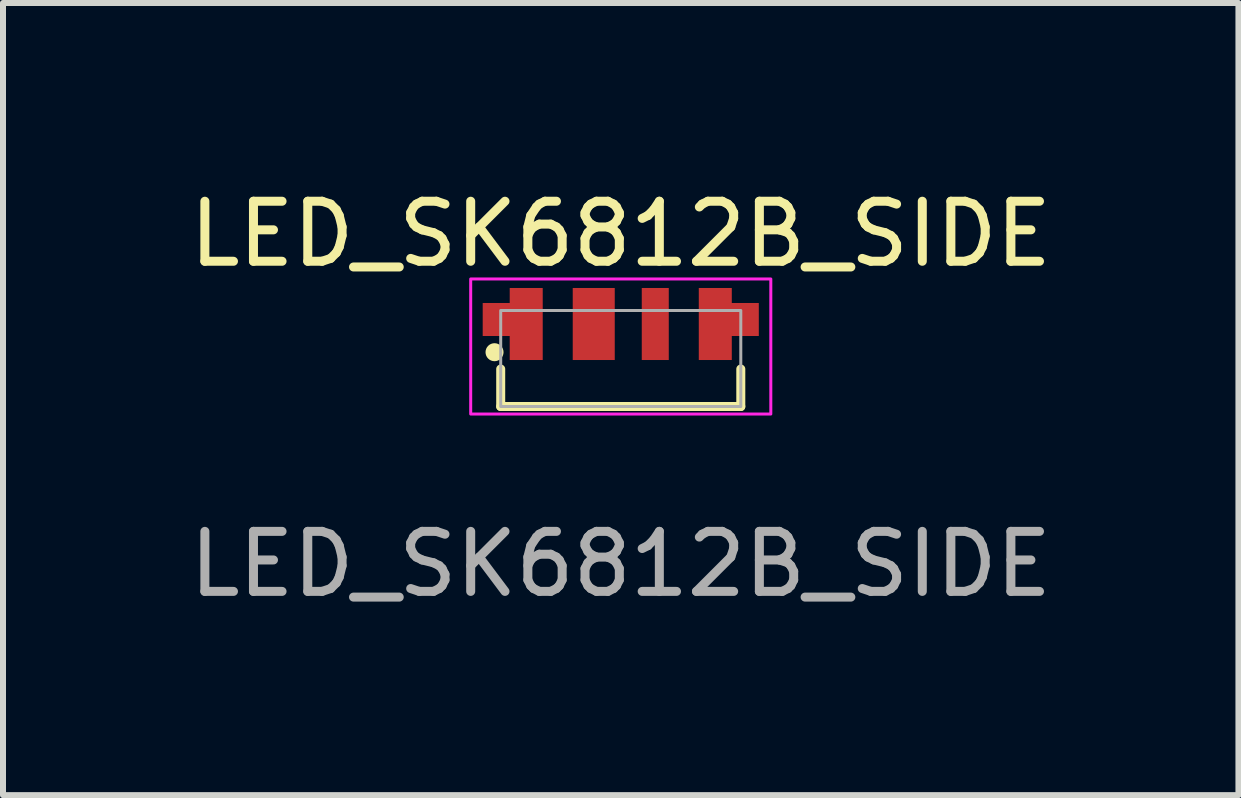
<source format=kicad_pcb>
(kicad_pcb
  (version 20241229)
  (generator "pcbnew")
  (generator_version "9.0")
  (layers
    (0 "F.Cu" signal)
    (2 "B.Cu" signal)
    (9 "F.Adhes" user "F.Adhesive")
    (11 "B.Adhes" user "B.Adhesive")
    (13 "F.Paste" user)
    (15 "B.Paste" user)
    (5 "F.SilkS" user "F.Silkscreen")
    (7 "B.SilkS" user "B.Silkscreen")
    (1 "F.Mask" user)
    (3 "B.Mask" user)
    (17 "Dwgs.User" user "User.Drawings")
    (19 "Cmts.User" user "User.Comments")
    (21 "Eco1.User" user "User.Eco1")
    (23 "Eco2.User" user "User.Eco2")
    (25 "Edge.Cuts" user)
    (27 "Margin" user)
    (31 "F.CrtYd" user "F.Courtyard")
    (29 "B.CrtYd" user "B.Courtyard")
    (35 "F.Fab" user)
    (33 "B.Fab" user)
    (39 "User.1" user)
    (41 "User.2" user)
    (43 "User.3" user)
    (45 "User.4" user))
  (footprint "LED_SK6812B_SIDE"
    (layer "F.Cu")
    (at 7.292 2.348)
    (property "Reference" "LED_SK6812B_SIDE" (at 0 -1.5 0) (unlocked yes) (layer "F.SilkS") (effects (font (size 1 1) (thickness 0.15))))
    (attr smd)
    (fp_line (start -2 1.375) (end -2 0.75) (stroke (width 0.15) (type default)) (layer "F.SilkS"))
    (fp_line (start -2 1.375) (end 2 1.375) (stroke (width 0.15) (type default)) (layer "F.SilkS"))
    (fp_line (start 2 1.375) (end 2 0.75) (stroke (width 0.15) (type default)) (layer "F.SilkS"))
    (fp_circle (center -2.103 0.47) (end -2.028 0.47) (stroke (width 0.15) (type solid)) (fill yes) (layer "F.SilkS"))
    (fp_rect (start -2.5 -0.75) (end 2.5 1.5) (stroke (width 0.05) (type default)) (fill no) (layer "F.CrtYd"))
    (fp_rect (start -2 -0.225) (end 2 1.375) (stroke (width 0.05) (type default)) (fill no) (layer "F.Fab"))
    (fp_text user "${REFERENCE}" (at 0 4 0) (unlocked yes) (layer "F.Fab") (effects (font (size 1 1) (thickness 0.15))))
    (pad "1" smd custom (at -1.575 0) (size 0.55 1.2) (layers "F.Cu" "F.Mask" "F.Paste") (options (anchor rect)) (primitives (gr_rect (start -0.725 -0.35) (end 0 0.2) (width 0) (fill yes))))
    (pad "2" smd custom (at -0.45 0) (size 0.7 1.2) (layers "F.Cu" "F.Mask" "F.Paste") (options (anchor rect)) (primitives))
    (pad "3" smd custom (at 0.575 0) (size 0.45 1.2) (layers "F.Cu" "F.Mask" "F.Paste") (options (anchor rect)) (primitives))
    (pad "4" smd custom (at 1.575 0) (size 0.55 1.2) (layers "F.Cu" "F.Mask" "F.Paste") (options (anchor rect)) (primitives (gr_rect (start 0 -0.35) (end 0.725 0.2) (width 0) (fill yes)))))
  (gr_rect
    (start -3 -3)
    (end 17.583 10.197)
    (stroke (width 0.1) (type default))
    (fill no)
    (layer "Edge.Cuts")))
</source>
